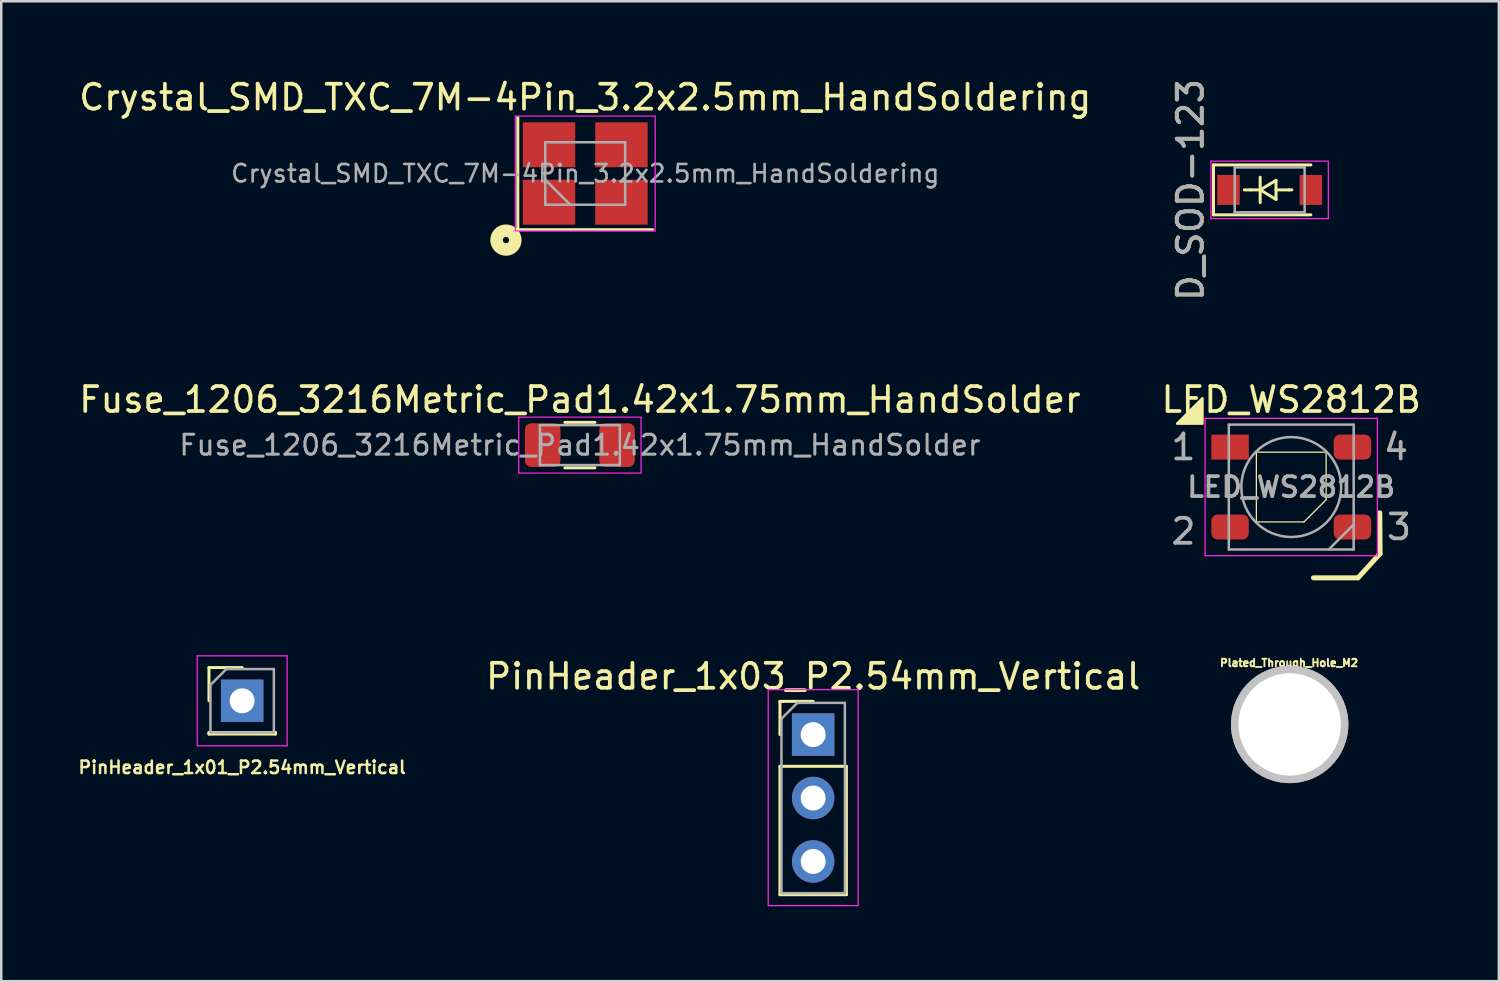
<source format=kicad_pcb>
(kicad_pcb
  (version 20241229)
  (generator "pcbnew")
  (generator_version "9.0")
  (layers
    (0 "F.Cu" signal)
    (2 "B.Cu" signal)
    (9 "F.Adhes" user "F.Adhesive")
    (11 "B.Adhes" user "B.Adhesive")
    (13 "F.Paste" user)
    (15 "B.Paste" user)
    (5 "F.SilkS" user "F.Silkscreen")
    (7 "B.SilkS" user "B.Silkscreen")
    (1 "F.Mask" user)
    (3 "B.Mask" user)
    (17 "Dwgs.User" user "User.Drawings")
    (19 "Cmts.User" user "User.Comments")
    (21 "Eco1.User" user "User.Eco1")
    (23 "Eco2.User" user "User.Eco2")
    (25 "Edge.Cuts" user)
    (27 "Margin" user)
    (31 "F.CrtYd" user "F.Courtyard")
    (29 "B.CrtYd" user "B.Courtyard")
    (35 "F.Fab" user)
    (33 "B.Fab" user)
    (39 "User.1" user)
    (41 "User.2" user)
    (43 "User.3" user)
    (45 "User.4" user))
  (footprint "Crystal_SMD_TXC_7M-4Pin_3.2x2.5mm_HandSoldering"
    (layer "F.Cu")
    (at 20.387 3.898)
    (property "Reference" "Crystal_SMD_TXC_7M-4Pin_3.2x2.5mm_HandSoldering" (at 0 -3.05 0) (layer "F.SilkS") (effects (font (size 1 1) (thickness 0.15))))
    (attr smd)
    (fp_line (start -2.7 -2.25) (end -2.7 2.25) (stroke (width 0.12) (type solid)) (layer "F.SilkS"))
    (fp_line (start -2.7 2.25) (end 2.7 2.25) (stroke (width 0.12) (type solid)) (layer "F.SilkS"))
    (fp_circle (center -3.175 2.667) (end -3.048 2.667) (stroke (width 0.5) (type solid)) (fill no) (layer "F.SilkS"))
    (fp_line (start -2.8 -2.3) (end -2.8 2.3) (stroke (width 0.05) (type solid)) (layer "F.CrtYd"))
    (fp_line (start -2.8 2.3) (end 2.8 2.3) (stroke (width 0.05) (type solid)) (layer "F.CrtYd"))
    (fp_line (start 2.8 -2.3) (end -2.8 -2.3) (stroke (width 0.05) (type solid)) (layer "F.CrtYd"))
    (fp_line (start 2.8 2.3) (end 2.8 -2.3) (stroke (width 0.05) (type solid)) (layer "F.CrtYd"))
    (fp_line (start -1.6 -1.25) (end -1.6 1.25) (stroke (width 0.1) (type solid)) (layer "F.Fab"))
    (fp_line (start -1.6 0.25) (end -0.6 1.25) (stroke (width 0.1) (type solid)) (layer "F.Fab"))
    (fp_line (start -1.6 1.25) (end 1.6 1.25) (stroke (width 0.1) (type solid)) (layer "F.Fab"))
    (fp_line (start 1.6 -1.25) (end -1.6 -1.25) (stroke (width 0.1) (type solid)) (layer "F.Fab"))
    (fp_line (start 1.6 1.25) (end 1.6 -1.25) (stroke (width 0.1) (type solid)) (layer "F.Fab"))
    (fp_text user "${REFERENCE}" (at 0 0 0) (layer "F.Fab") (effects (font (size 0.7 0.7) (thickness 0.105))))
    (pad "1" smd rect (at -1.45 1.15) (size 2.1 1.8) (layers "F.Cu" "F.Mask" "F.Paste"))
    (pad "2" smd rect (at 1.45 1.15) (size 2.1 1.8) (layers "F.Cu" "F.Mask" "F.Paste"))
    (pad "3" smd rect (at 1.45 -1.15) (size 2.1 1.8) (layers "F.Cu" "F.Mask" "F.Paste"))
    (pad "4" smd rect (at -1.45 -1.15) (size 2.1 1.8) (layers "F.Cu" "F.Mask" "F.Paste")))
  (footprint "Fuse_1206_3216Metric_Pad1.42x1.75mm_HandSolder"
    (layer "F.Cu")
    (at 20.173 14.775)
    (property "Reference" "Fuse_1206_3216Metric_Pad1.42x1.75mm_HandSolder" (at 0 -1.82 0) (layer "F.SilkS") (effects (font (size 1 1) (thickness 0.15))))
    (attr smd)
    (fp_line (start -0.602 -0.91) (end 0.602 -0.91) (stroke (width 0.12) (type solid)) (layer "F.SilkS"))
    (fp_line (start -0.602 0.91) (end 0.602 0.91) (stroke (width 0.12) (type solid)) (layer "F.SilkS"))
    (fp_line (start -2.45 -1.12) (end 2.45 -1.12) (stroke (width 0.05) (type solid)) (layer "F.CrtYd"))
    (fp_line (start -2.45 1.12) (end -2.45 -1.12) (stroke (width 0.05) (type solid)) (layer "F.CrtYd"))
    (fp_line (start 2.45 -1.12) (end 2.45 1.12) (stroke (width 0.05) (type solid)) (layer "F.CrtYd"))
    (fp_line (start 2.45 1.12) (end -2.45 1.12) (stroke (width 0.05) (type solid)) (layer "F.CrtYd"))
    (fp_line (start -1.6 -0.8) (end 1.6 -0.8) (stroke (width 0.1) (type solid)) (layer "F.Fab"))
    (fp_line (start -1.6 0.8) (end -1.6 -0.8) (stroke (width 0.1) (type solid)) (layer "F.Fab"))
    (fp_line (start 1.6 -0.8) (end 1.6 0.8) (stroke (width 0.1) (type solid)) (layer "F.Fab"))
    (fp_line (start 1.6 0.8) (end -1.6 0.8) (stroke (width 0.1) (type solid)) (layer "F.Fab"))
    (fp_text user "${REFERENCE}" (at 0 0 0) (layer "F.Fab") (effects (font (size 0.8 0.8) (thickness 0.12))))
    (pad "1" smd roundrect (at -1.488 0) (size 1.425 1.75) (layers "F.Cu" "F.Mask" "F.Paste") (roundrect_rratio 0.175))
    (pad "2" smd roundrect (at 1.488 0) (size 1.425 1.75) (layers "F.Cu" "F.Mask" "F.Paste") (roundrect_rratio 0.175)))
  (footprint "LED_WS2812B"
    (layer "F.Cu")
    (at 48.661 16.455)
    (property "Reference" "LED_WS2812B" (at 0 -3.5 0) (layer "F.SilkS") (effects (font (size 1 1) (thickness 0.15))))
    (attr smd)
    (fp_line (start -1.397 -1.397) (end 1.397 -1.397) (stroke (width 0.05) (type solid)) (layer "F.SilkS"))
    (fp_line (start -1.397 1.397) (end -1.397 -1.397) (stroke (width 0.05) (type solid)) (layer "F.SilkS"))
    (fp_line (start 0.508 1.397) (end -1.397 1.397) (stroke (width 0.05) (type solid)) (layer "F.SilkS"))
    (fp_line (start 0.508 1.397) (end 1.397 0.508) (stroke (width 0.05) (type solid)) (layer "F.SilkS"))
    (fp_line (start 0.889 3.635) (end 2.667 3.635) (stroke (width 0.2) (type solid)) (layer "F.SilkS"))
    (fp_line (start 1.397 -1.397) (end 1.397 0.508) (stroke (width 0.05) (type solid)) (layer "F.SilkS"))
    (fp_line (start 2.673 3.635) (end 3.556 2.667) (stroke (width 0.2) (type solid)) (layer "F.SilkS"))
    (fp_line (start 3.556 2.667) (end 3.546 1.035) (stroke (width 0.2) (type solid)) (layer "F.SilkS"))
    (fp_poly (pts (xy -4.572 -2.54) (xy -3.556 -2.54) (xy -3.556 -3.556)) (stroke (width 0.1) (type solid)) (fill yes) (layer "F.SilkS"))
    (fp_line (start -3.45 -2.75) (end -3.45 2.75) (stroke (width 0.05) (type solid)) (layer "F.CrtYd"))
    (fp_line (start -3.45 2.75) (end 3.45 2.75) (stroke (width 0.05) (type solid)) (layer "F.CrtYd"))
    (fp_line (start 3.45 -2.75) (end -3.45 -2.75) (stroke (width 0.05) (type solid)) (layer "F.CrtYd"))
    (fp_line (start 3.45 2.75) (end 3.45 -2.75) (stroke (width 0.05) (type solid)) (layer "F.CrtYd"))
    (fp_line (start -2.5 -2.5) (end -2.5 2.5) (stroke (width 0.1) (type solid)) (layer "F.Fab"))
    (fp_line (start -2.5 2.5) (end 2.5 2.5) (stroke (width 0.1) (type solid)) (layer "F.Fab"))
    (fp_line (start 2.5 -2.5) (end -2.5 -2.5) (stroke (width 0.1) (type solid)) (layer "F.Fab"))
    (fp_line (start 2.5 1.5) (end 1.5 2.5) (stroke (width 0.1) (type solid)) (layer "F.Fab"))
    (fp_line (start 2.5 2.5) (end 2.5 -2.5) (stroke (width 0.1) (type solid)) (layer "F.Fab"))
    (fp_circle (center 0 0) (end 0 -2) (stroke (width 0.1) (type solid)) (fill no) (layer "F.Fab"))
    (fp_text user "${REFERENCE}" (at 0 0 0) (layer "F.Fab") (effects (font (size 0.8 0.8) (thickness 0.15))))
    (fp_text user "3" (at 4.318 1.6 0) (layer "F.Fab") (effects (font (size 1 1) (thickness 0.15))))
    (fp_text user "2" (at -4.318 1.778 0) (layer "F.Fab") (effects (font (size 1 1) (thickness 0.15))))
    (fp_text user "1" (at -4.318 -1.6 0) (layer "F.Fab") (effects (font (size 1 1) (thickness 0.15))))
    (fp_text user "4" (at 4.191 -1.6 0) (layer "F.Fab") (effects (font (size 1 1) (thickness 0.15))))
    (pad "1" smd rect (at -2.45 -1.6) (size 1.5 1) (layers "F.Cu" "F.Mask" "F.Paste"))
    (pad "2" smd roundrect (at -2.45 1.6) (size 1.5 1) (layers "F.Cu" "F.Mask" "F.Paste") (roundrect_rratio 0.25))
    (pad "3" smd roundrect (at 2.45 1.6) (size 1.5 1) (layers "F.Cu" "F.Mask" "F.Paste") (roundrect_rratio 0.25))
    (pad "4" smd roundrect (at 2.45 -1.6) (size 1.5 1) (layers "F.Cu" "F.Mask" "F.Paste") (roundrect_rratio 0.25)))
  (footprint "PinHeader_1x01_P2.54mm_Vertical"
    (layer "F.Cu")
    (at 6.648 25.015)
    (property "Reference" "PinHeader_1x01_P2.54mm_Vertical" (at 0 2.667 0) (layer "F.SilkS") (effects (font (size 0.5 0.5) (thickness 0.1))))
    (attr through_hole)
    (fp_line (start -1.33 -1.33) (end 0 -1.33) (stroke (width 0.12) (type solid)) (layer "F.SilkS"))
    (fp_line (start -1.33 0) (end -1.33 -1.33) (stroke (width 0.12) (type solid)) (layer "F.SilkS"))
    (fp_line (start -1.33 1.27) (end -1.33 1.33) (stroke (width 0.12) (type solid)) (layer "F.SilkS"))
    (fp_line (start -1.33 1.27) (end 1.33 1.27) (stroke (width 0.12) (type solid)) (layer "F.SilkS"))
    (fp_line (start -1.33 1.33) (end 1.33 1.33) (stroke (width 0.12) (type solid)) (layer "F.SilkS"))
    (fp_line (start 1.33 1.27) (end 1.33 1.33) (stroke (width 0.12) (type solid)) (layer "F.SilkS"))
    (fp_line (start -1.8 -1.8) (end -1.8 1.8) (stroke (width 0.05) (type solid)) (layer "F.CrtYd"))
    (fp_line (start -1.8 1.8) (end 1.8 1.8) (stroke (width 0.05) (type solid)) (layer "F.CrtYd"))
    (fp_line (start 1.8 -1.8) (end -1.8 -1.8) (stroke (width 0.05) (type solid)) (layer "F.CrtYd"))
    (fp_line (start 1.8 1.8) (end 1.8 -1.8) (stroke (width 0.05) (type solid)) (layer "F.CrtYd"))
    (fp_line (start -1.27 -0.635) (end -0.635 -1.27) (stroke (width 0.1) (type solid)) (layer "F.Fab"))
    (fp_line (start -1.27 1.27) (end -1.27 -0.635) (stroke (width 0.1) (type solid)) (layer "F.Fab"))
    (fp_line (start -0.635 -1.27) (end 1.27 -1.27) (stroke (width 0.1) (type solid)) (layer "F.Fab"))
    (fp_line (start 1.27 -1.27) (end 1.27 1.27) (stroke (width 0.1) (type solid)) (layer "F.Fab"))
    (fp_line (start 1.27 1.27) (end -1.27 1.27) (stroke (width 0.1) (type solid)) (layer "F.Fab"))
    (pad "1" thru_hole rect (at 0 0) (size 1.7 1.7) (drill 1) (layers "*.Cu" "*.Mask")))
  (footprint "D_SOD-123"
    (layer "F.Cu")
    (at 47.797 4.554)
    (property "Reference" "D_SOD-123" (at -3.175 0 270) (layer "F.SilkS") (effects (font (size 1 1) (thickness 0.15))))
    (attr smd)
    (fp_line (start -2.25 -1) (end -2.25 1) (stroke (width 0.12) (type solid)) (layer "F.SilkS"))
    (fp_line (start -2.25 -1) (end 1.65 -1) (stroke (width 0.12) (type solid)) (layer "F.SilkS"))
    (fp_line (start -2.25 1) (end 1.65 1) (stroke (width 0.12) (type solid)) (layer "F.SilkS"))
    (fp_line (start -0.762 0) (end -1.016 0) (stroke (width 0.12) (type solid)) (layer "F.SilkS"))
    (fp_line (start -0.762 0) (end -0.381 0) (stroke (width 0.12) (type solid)) (layer "F.SilkS"))
    (fp_line (start -0.381 -0.508) (end -0.381 0.508) (stroke (width 0.12) (type solid)) (layer "F.SilkS"))
    (fp_line (start -0.381 0) (end 0.254 0.381) (stroke (width 0.12) (type solid)) (layer "F.SilkS"))
    (fp_line (start 0.254 -0.381) (end -0.381 0) (stroke (width 0.12) (type solid)) (layer "F.SilkS"))
    (fp_line (start 0.254 0) (end 0.762 0) (stroke (width 0.12) (type solid)) (layer "F.SilkS"))
    (fp_line (start 0.254 0.381) (end 0.254 -0.381) (stroke (width 0.12) (type solid)) (layer "F.SilkS"))
    (fp_line (start 0.762 0) (end 0.889 0) (stroke (width 0.12) (type solid)) (layer "F.SilkS"))
    (fp_line (start -2.35 -1.15) (end -2.35 1.15) (stroke (width 0.05) (type solid)) (layer "F.CrtYd"))
    (fp_line (start -2.35 -1.15) (end 2.35 -1.15) (stroke (width 0.05) (type solid)) (layer "F.CrtYd"))
    (fp_line (start 2.35 -1.15) (end 2.35 1.15) (stroke (width 0.05) (type solid)) (layer "F.CrtYd"))
    (fp_line (start 2.35 1.15) (end -2.35 1.15) (stroke (width 0.05) (type solid)) (layer "F.CrtYd"))
    (fp_line (start -1.4 -0.9) (end 1.4 -0.9) (stroke (width 0.1) (type solid)) (layer "F.Fab"))
    (fp_line (start -1.4 0.9) (end -1.4 -0.9) (stroke (width 0.1) (type solid)) (layer "F.Fab"))
    (fp_line (start 1.4 -0.9) (end 1.4 0.9) (stroke (width 0.1) (type solid)) (layer "F.Fab"))
    (fp_line (start 1.4 0.9) (end -1.4 0.9) (stroke (width 0.1) (type solid)) (layer "F.Fab"))
    (fp_text user "${REFERENCE}" (at -3.175 0 270) (layer "F.Fab") (effects (font (size 1 1) (thickness 0.15))))
    (pad "1" smd rect (at -1.65 0 180) (size 0.9 1.2) (layers "F.Cu" "F.Mask" "F.Paste"))
    (pad "2" smd rect (at 1.65 0) (size 0.9 1.2) (layers "F.Cu" "F.Mask" "F.Paste")))
  (footprint "Plated_Through_Hole_M2"
    (layer "F.Cu")
    (at 48.573 26.037)
    (property "Reference" "Plated_Through_Hole_M2" (at 0 -2.54 0) (layer "F.SilkS") (effects (font (size 0.3 0.3) (thickness 0.076))))
    (attr through_hole)
    (pad "" thru_hole circle (at 0.025 -0.075 90) (size 4.7 4.7) (drill 4.1) (layers "*.Cu" "*.Mask" "Dwgs.User")))
  (footprint "PinHeader_1x03_P2.54mm_Vertical"
    (layer "F.Cu")
    (at 29.515 26.369)
    (property "Reference" "PinHeader_1x03_P2.54mm_Vertical" (at 0 -2.33 0) (layer "F.SilkS") (effects (font (size 1 1) (thickness 0.15))))
    (attr through_hole)
    (fp_line (start -1.33 -1.33) (end 0 -1.33) (stroke (width 0.12) (type solid)) (layer "F.SilkS"))
    (fp_line (start -1.33 0) (end -1.33 -1.33) (stroke (width 0.12) (type solid)) (layer "F.SilkS"))
    (fp_line (start -1.33 1.27) (end -1.33 6.41) (stroke (width 0.12) (type solid)) (layer "F.SilkS"))
    (fp_line (start -1.33 1.27) (end 1.33 1.27) (stroke (width 0.12) (type solid)) (layer "F.SilkS"))
    (fp_line (start -1.33 6.41) (end 1.33 6.41) (stroke (width 0.12) (type solid)) (layer "F.SilkS"))
    (fp_line (start 1.33 1.27) (end 1.33 6.41) (stroke (width 0.12) (type solid)) (layer "F.SilkS"))
    (fp_line (start -1.8 -1.8) (end -1.8 6.85) (stroke (width 0.05) (type solid)) (layer "F.CrtYd"))
    (fp_line (start -1.8 6.85) (end 1.8 6.85) (stroke (width 0.05) (type solid)) (layer "F.CrtYd"))
    (fp_line (start 1.8 -1.8) (end -1.8 -1.8) (stroke (width 0.05) (type solid)) (layer "F.CrtYd"))
    (fp_line (start 1.8 6.85) (end 1.8 -1.8) (stroke (width 0.05) (type solid)) (layer "F.CrtYd"))
    (fp_line (start -1.27 -0.635) (end -0.635 -1.27) (stroke (width 0.1) (type solid)) (layer "F.Fab"))
    (fp_line (start -1.27 6.35) (end -1.27 -0.635) (stroke (width 0.1) (type solid)) (layer "F.Fab"))
    (fp_line (start -0.635 -1.27) (end 1.27 -1.27) (stroke (width 0.1) (type solid)) (layer "F.Fab"))
    (fp_line (start 1.27 -1.27) (end 1.27 6.35) (stroke (width 0.1) (type solid)) (layer "F.Fab"))
    (fp_line (start 1.27 6.35) (end -1.27 6.35) (stroke (width 0.1) (type solid)) (layer "F.Fab"))
    (pad "1" thru_hole rect (at 0 0) (size 1.7 1.7) (drill 1) (layers "*.Cu" "*.Mask"))
    (pad "2" thru_hole oval (at 0 2.54) (size 1.7 1.7) (drill 1) (layers "*.Cu" "*.Mask"))
    (pad "3" thru_hole oval (at 0 5.08) (size 1.7 1.7) (drill 1) (layers "*.Cu" "*.Mask")))
  (gr_rect
    (start -3 -3)
    (end 56.976 36.244)
    (stroke (width 0.1) (type default))
    (fill no)
    (layer "Edge.Cuts")))
</source>
